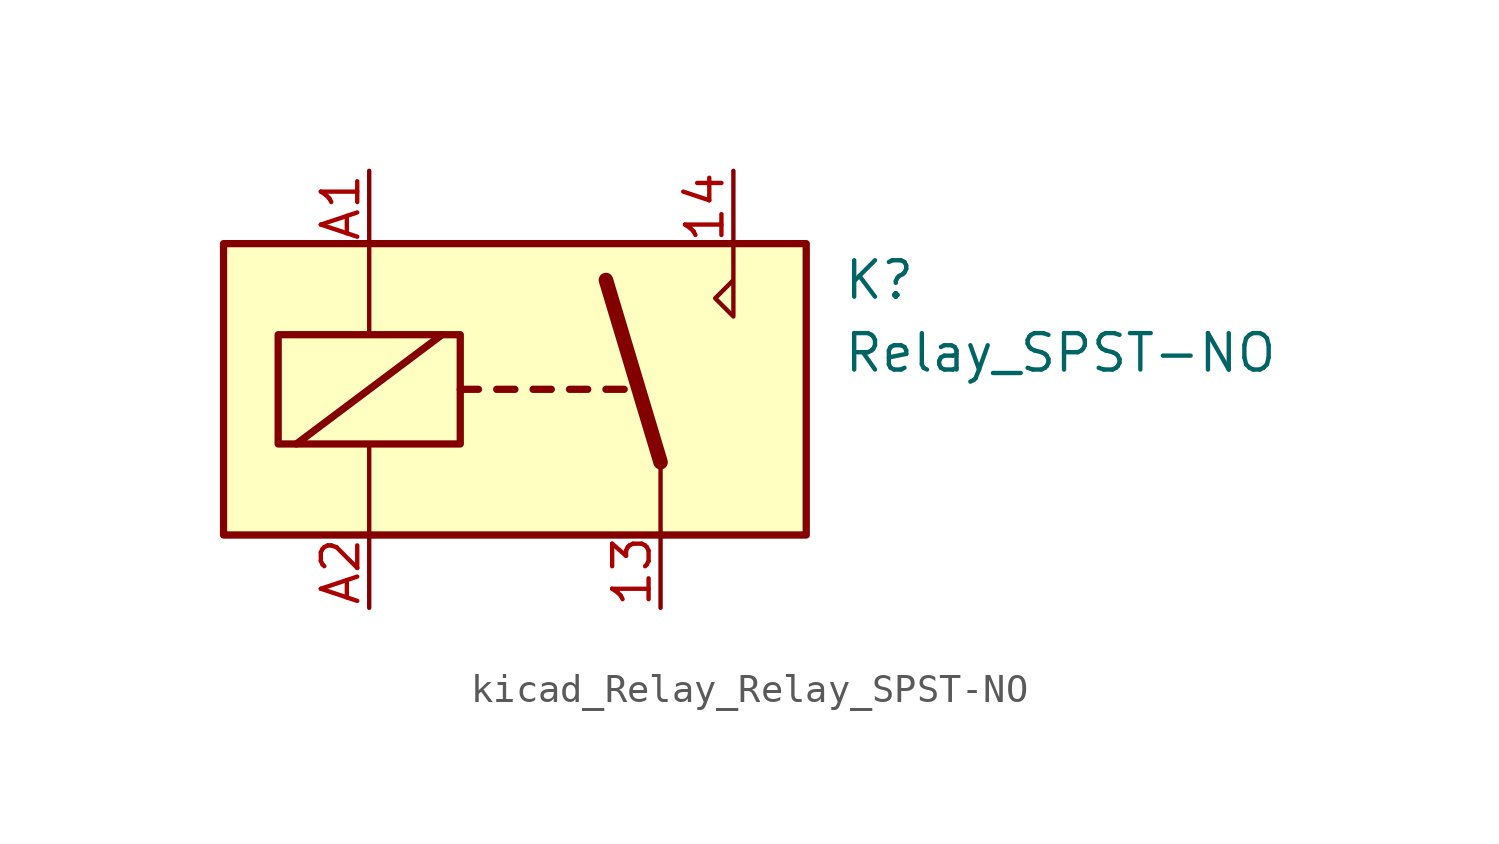
<source format=kicad_sym>
(kicad_symbol_lib
  (version 20220914)
  (generator kicad_symbol_editor)
  (symbol "kicad_Relay_Relay_SPST-NO"
    (property "Reference" "K"
      (at 11.43 3.81 0)
      (effects (font (size 1.27 1.27)) (justify left)))
    (property "Value" "Relay_SPST-NO"
      (at 11.43 1.27 0)
      (effects (font (size 1.27 1.27)) (justify left)))
    (symbol "kicad_Relay_Relay_SPST-NO_0_0"
      (polyline (pts (xy 7.62 5.08) (xy 7.62 2.54) (xy 6.985 3.175) (xy 7.62 3.81)) (stroke (width 0) (type default)) (fill (type none))))
    (symbol "kicad_Relay_Relay_SPST-NO_0_1"
      (rectangle (start -10.16 5.08) (end 10.16 -5.08) (stroke (width 0.254) (type default)) (fill (type background)))
      (rectangle (start -8.255 1.905) (end -1.905 -1.905) (stroke (width 0.254) (type default)) (fill (type none)))
      (polyline (pts (xy -7.62 -1.905) (xy -2.54 1.905)) (stroke (width 0.254) (type default)) (fill (type none)))
      (polyline (pts (xy -5.08 -5.08) (xy -5.08 -1.905)) (stroke (width 0) (type default)) (fill (type none)))
      (polyline (pts (xy -5.08 5.08) (xy -5.08 1.905)) (stroke (width 0) (type default)) (fill (type none)))
      (polyline (pts (xy -1.905 0) (xy -1.27 0)) (stroke (width 0.254) (type default)) (fill (type none)))
      (polyline (pts (xy -0.635 0) (xy 0 0)) (stroke (width 0.254) (type default)) (fill (type none)))
      (polyline (pts (xy 0.635 0) (xy 1.27 0)) (stroke (width 0.254) (type default)) (fill (type none)))
      (polyline (pts (xy 1.905 0) (xy 2.54 0)) (stroke (width 0.254) (type default)) (fill (type none)))
      (polyline (pts (xy 3.175 0) (xy 3.81 0)) (stroke (width 0.254) (type default)) (fill (type none)))
      (polyline (pts (xy 5.08 -2.54) (xy 3.175 3.81)) (stroke (width 0.508) (type default)) (fill (type none)))
      (polyline (pts (xy 5.08 -2.54) (xy 5.08 -5.08)) (stroke (width 0) (type default)) (fill (type none))))
    (symbol "kicad_Relay_Relay_SPST-NO_1_1"
      (pin passive line (at 5.08 -7.62 90) (length 2.54) (name "~" (effects (font (size 1.27 1.27)))) (number "13" (effects (font (size 1.27 1.27)))))
      (pin passive line (at 7.62 7.62 270) (length 2.54) (name "~" (effects (font (size 1.27 1.27)))) (number "14" (effects (font (size 1.27 1.27)))))
      (pin passive line (at -5.08 7.62 270) (length 2.54) (name "~" (effects (font (size 1.27 1.27)))) (number "A1" (effects (font (size 1.27 1.27)))))
      (pin passive line (at -5.08 -7.62 90) (length 2.54) (name "~" (effects (font (size 1.27 1.27)))) (number "A2" (effects (font (size 1.27 1.27))))))))
</source>
